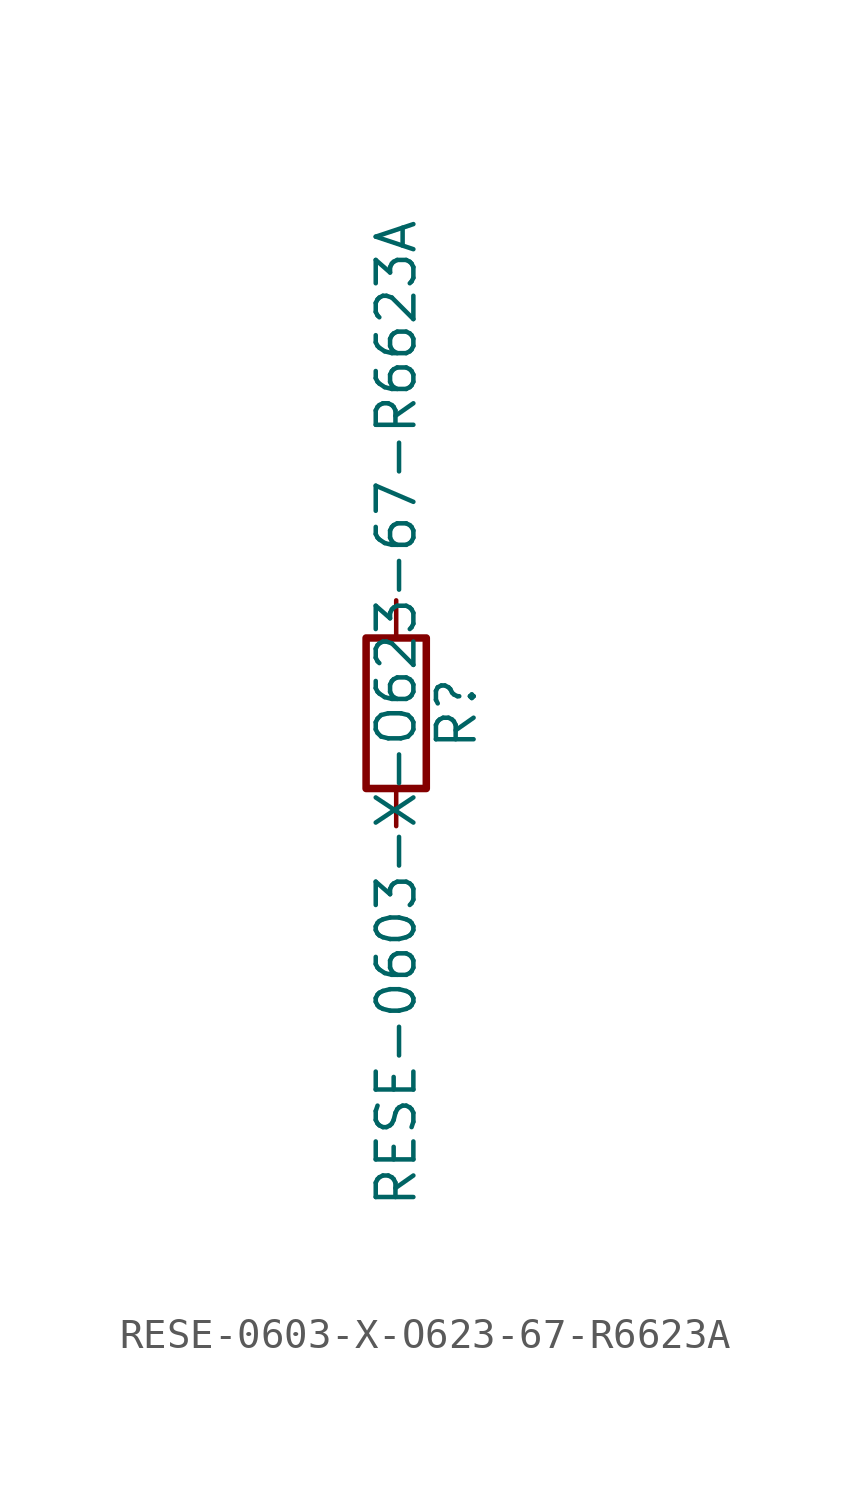
<source format=kicad_sym>
(kicad_symbol_lib
  (version 20211014)
  (generator kicad_symbol_editor)
  (symbol "RESE-0603-X-O623-67-R6623A"
    (pin_numbers hide)
    (pin_names
      (offset 0))
    (property "Reference" "R"
      (at 2.032 0 90)
      (effects (font (size 1.27 1.27))))
    (property "Value" "RESE-0603-X-O623-67-R6623A"
      (at 0 0 90)
      (effects (font (size 1.27 1.27))))
    (symbol "RESE-0603-X-O623-67-R6623A_0_1"
      (rectangle (start -1.016 -2.54) (end 1.016 2.54) (stroke (width 0.254) (type default) (color 0 0 0 0)) (fill (type none))))
    (symbol "RESE-0603-X-O623-67-R6623A_1_1"
      (pin passive line (at 0 3.81 270) (length 1.27) (name "~" (effects (font (size 1.27 1.27)))) (number "1" (effects (font (size 1.27 1.27)))))
      (pin passive line (at 0 -3.81 90) (length 1.27) (name "~" (effects (font (size 1.27 1.27)))) (number "2" (effects (font (size 1.27 1.27))))))))
</source>
